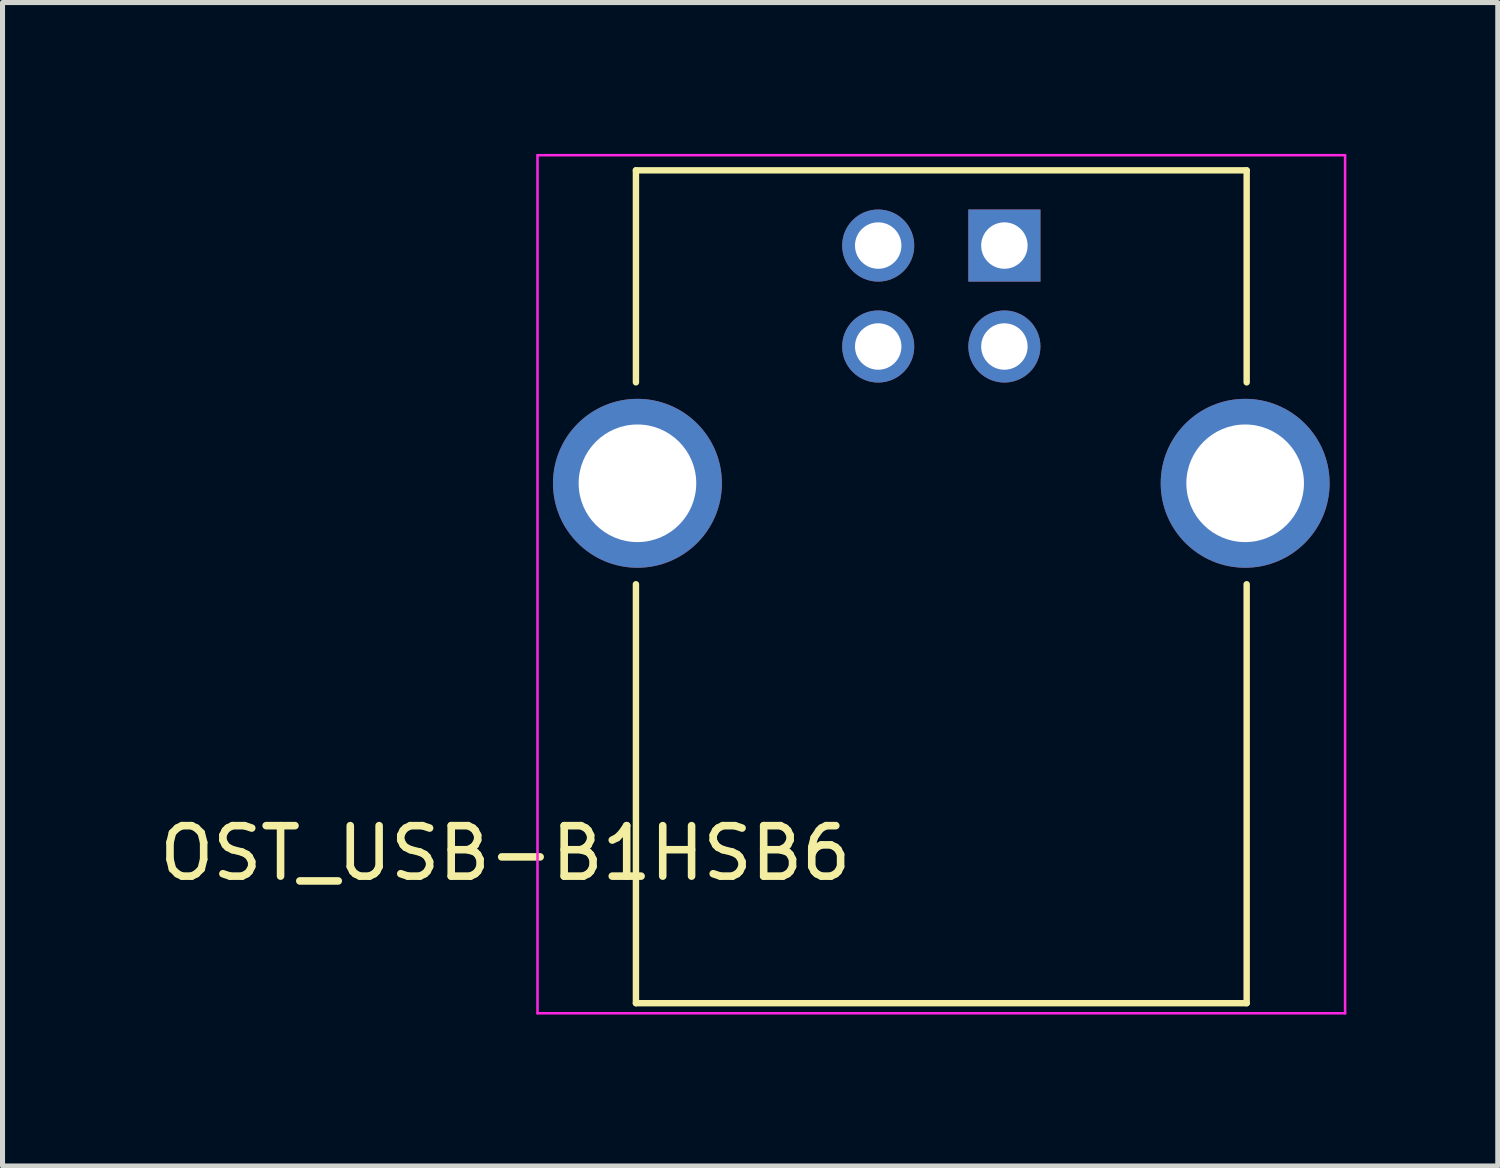
<source format=kicad_pcb>
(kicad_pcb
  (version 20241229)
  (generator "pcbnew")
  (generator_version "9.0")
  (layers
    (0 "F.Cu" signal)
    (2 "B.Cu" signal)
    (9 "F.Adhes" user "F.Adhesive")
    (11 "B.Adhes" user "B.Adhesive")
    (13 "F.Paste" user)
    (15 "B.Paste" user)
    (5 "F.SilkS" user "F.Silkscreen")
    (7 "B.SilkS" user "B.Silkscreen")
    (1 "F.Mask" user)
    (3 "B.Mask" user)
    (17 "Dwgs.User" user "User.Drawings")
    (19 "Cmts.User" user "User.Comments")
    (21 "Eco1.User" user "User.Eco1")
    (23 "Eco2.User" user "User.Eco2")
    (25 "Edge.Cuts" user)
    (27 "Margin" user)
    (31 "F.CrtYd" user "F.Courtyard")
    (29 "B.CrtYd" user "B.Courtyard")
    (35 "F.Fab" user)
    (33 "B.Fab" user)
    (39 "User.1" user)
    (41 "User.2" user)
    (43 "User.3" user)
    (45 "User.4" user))
  (footprint "OST_USB-B1HSB6"
    (layer "F.Cu")
    (at 15.599 6.525)
    (property "Reference" "OST_USB-B1HSB6" (at -8.638 7.328 180) (layer "F.SilkS") (effects (font (size 1 1) (thickness 0.15))))
    (attr through_hole)
    (fp_line (start -6.05 -6.2) (end 6.05 -6.2) (stroke (width 0.127) (type solid)) (layer "F.SilkS"))
    (fp_line (start -6.05 -2) (end -6.05 -6.2) (stroke (width 0.127) (type solid)) (layer "F.SilkS"))
    (fp_line (start -6.05 10.3) (end -6.05 2) (stroke (width 0.127) (type solid)) (layer "F.SilkS"))
    (fp_line (start 6.05 -6.2) (end 6.05 -2) (stroke (width 0.127) (type solid)) (layer "F.SilkS"))
    (fp_line (start 6.05 2) (end 6.05 10.3) (stroke (width 0.127) (type solid)) (layer "F.SilkS"))
    (fp_line (start 6.05 10.3) (end -6.05 10.3) (stroke (width 0.127) (type solid)) (layer "F.SilkS"))
    (fp_line (start -8 -6.5) (end 8 -6.5) (stroke (width 0.05) (type solid)) (layer "F.CrtYd"))
    (fp_line (start -8 10.5) (end -8 -6.5) (stroke (width 0.05) (type solid)) (layer "F.CrtYd"))
    (fp_line (start 8 -6.5) (end 8 10.5) (stroke (width 0.05) (type solid)) (layer "F.CrtYd"))
    (fp_line (start 8 10.5) (end -8 10.5) (stroke (width 0.05) (type solid)) (layer "F.CrtYd"))
    (pad "1" thru_hole rect (at 1.25 -4.71) (size 1.428 1.428) (drill 0.92) (layers "*.Cu" "*.Mask"))
    (pad "2" thru_hole circle (at -1.25 -4.71) (size 1.428 1.428) (drill 0.92) (layers "*.Cu" "*.Mask"))
    (pad "3" thru_hole circle (at -1.25 -2.71) (size 1.428 1.428) (drill 0.92) (layers "*.Cu" "*.Mask"))
    (pad "4" thru_hole circle (at 1.25 -2.71) (size 1.428 1.428) (drill 0.92) (layers "*.Cu" "*.Mask"))
    (pad "P1" thru_hole circle (at -6.02 0) (size 3.346 3.346) (drill 2.33) (layers "*.Cu" "*.Mask"))
    (pad "P2" thru_hole circle (at 6.02 0) (size 3.346 3.346) (drill 2.33) (layers "*.Cu" "*.Mask")))
  (gr_rect
    (start -3 -3)
    (end 26.624 20.05)
    (stroke (width 0.1) (type default))
    (fill no)
    (layer "Edge.Cuts")))
</source>
